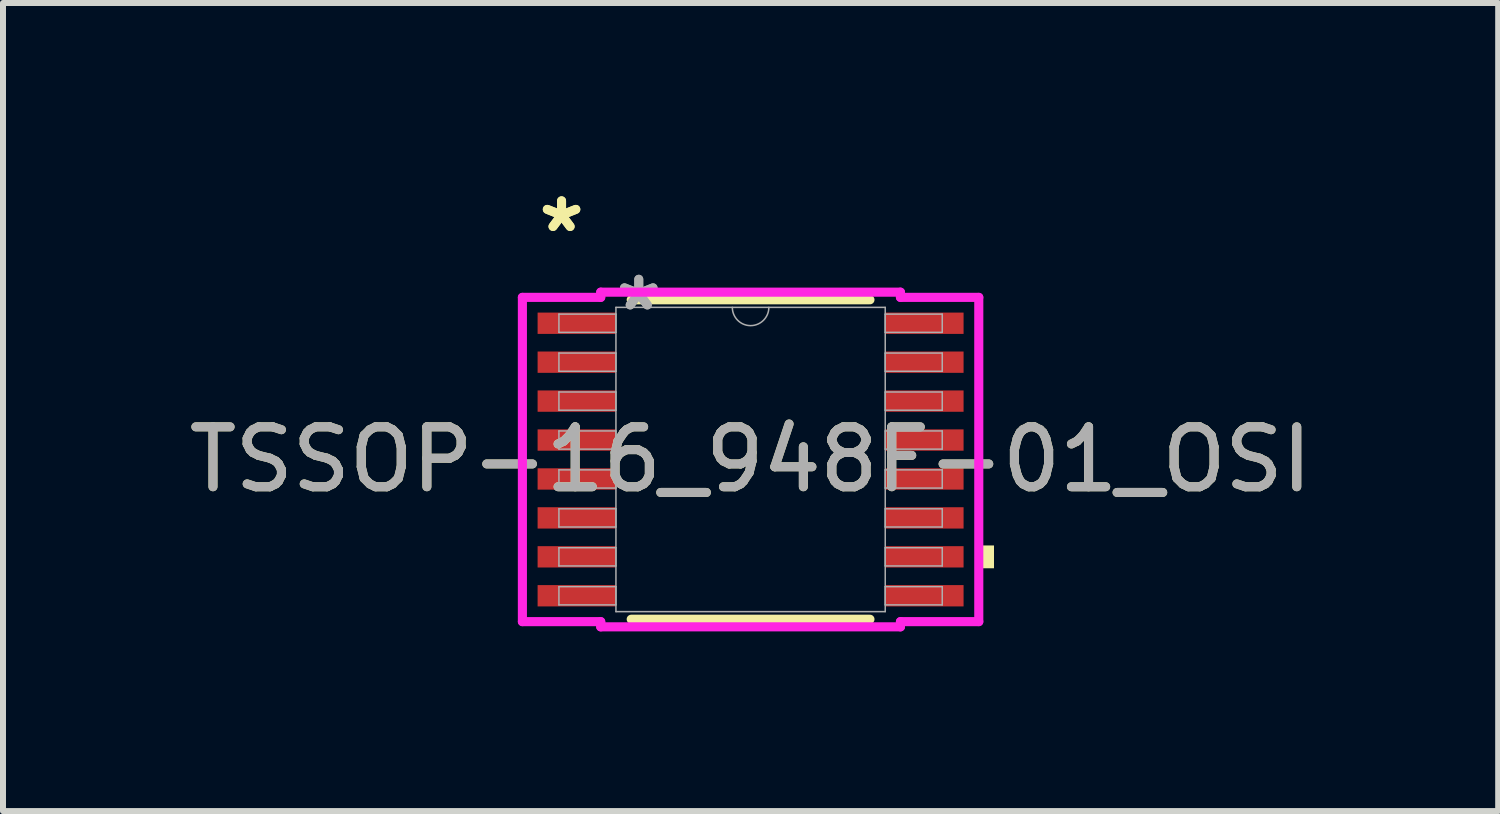
<source format=kicad_pcb>
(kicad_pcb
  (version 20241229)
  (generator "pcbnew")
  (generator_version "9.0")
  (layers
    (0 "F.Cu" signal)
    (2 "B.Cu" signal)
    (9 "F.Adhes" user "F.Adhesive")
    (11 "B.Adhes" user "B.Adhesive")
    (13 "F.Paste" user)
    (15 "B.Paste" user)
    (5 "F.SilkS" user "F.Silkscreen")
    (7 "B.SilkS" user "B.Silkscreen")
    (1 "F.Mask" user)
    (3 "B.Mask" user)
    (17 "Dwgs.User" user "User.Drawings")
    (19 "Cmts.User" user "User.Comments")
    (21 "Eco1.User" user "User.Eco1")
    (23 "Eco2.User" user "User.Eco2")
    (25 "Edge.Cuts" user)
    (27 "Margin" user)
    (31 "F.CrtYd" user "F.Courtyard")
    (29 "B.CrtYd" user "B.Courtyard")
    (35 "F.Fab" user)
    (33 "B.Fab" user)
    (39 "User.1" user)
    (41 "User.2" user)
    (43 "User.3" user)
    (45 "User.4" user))
  (footprint "TSSOP-16_948F-01_OSI"
    (layer "F.Cu")
    (at 9.482 4.622)
    (property "Reference" "TSSOP-16_948F-01_OSI" (at 0 0 0) (unlocked yes) (layer "F.SilkS") (effects (font (size 1 1) (thickness 0.15))))
    (attr smd)
    (fp_line (start -1.993 2.667) (end 1.993 2.667) (stroke (width 0.152) (type solid)) (layer "F.SilkS"))
    (fp_line (start 1.993 -2.667) (end -1.993 -2.667) (stroke (width 0.152) (type solid)) (layer "F.SilkS"))
    (fp_poly (pts (xy 4.064 1.435) (xy 4.064 1.816) (xy 3.81 1.816) (xy 3.81 1.435)) (stroke (width 0) (type solid)) (fill yes) (layer "F.SilkS"))
    (fp_line (start -3.81 -2.707) (end -2.502 -2.707) (stroke (width 0.152) (type solid)) (layer "F.CrtYd"))
    (fp_line (start -3.81 2.707) (end -3.81 -2.707) (stroke (width 0.152) (type solid)) (layer "F.CrtYd"))
    (fp_line (start -3.81 2.707) (end -2.502 2.707) (stroke (width 0.152) (type solid)) (layer "F.CrtYd"))
    (fp_line (start -2.502 -2.794) (end 2.502 -2.794) (stroke (width 0.152) (type solid)) (layer "F.CrtYd"))
    (fp_line (start -2.502 -2.707) (end -2.502 -2.794) (stroke (width 0.152) (type solid)) (layer "F.CrtYd"))
    (fp_line (start -2.502 2.794) (end -2.502 2.707) (stroke (width 0.152) (type solid)) (layer "F.CrtYd"))
    (fp_line (start 2.502 -2.794) (end 2.502 -2.707) (stroke (width 0.152) (type solid)) (layer "F.CrtYd"))
    (fp_line (start 2.502 2.707) (end 2.502 2.794) (stroke (width 0.152) (type solid)) (layer "F.CrtYd"))
    (fp_line (start 2.502 2.794) (end -2.502 2.794) (stroke (width 0.152) (type solid)) (layer "F.CrtYd"))
    (fp_line (start 3.81 -2.707) (end 2.502 -2.707) (stroke (width 0.152) (type solid)) (layer "F.CrtYd"))
    (fp_line (start 3.81 -2.707) (end 3.81 2.707) (stroke (width 0.152) (type solid)) (layer "F.CrtYd"))
    (fp_line (start 3.81 2.707) (end 2.502 2.707) (stroke (width 0.152) (type solid)) (layer "F.CrtYd"))
    (fp_line (start -3.2 -2.427) (end -3.2 -2.123) (stroke (width 0.025) (type solid)) (layer "F.Fab"))
    (fp_line (start -3.2 -2.123) (end -2.248 -2.123) (stroke (width 0.025) (type solid)) (layer "F.Fab"))
    (fp_line (start -3.2 -1.777) (end -3.2 -1.473) (stroke (width 0.025) (type solid)) (layer "F.Fab"))
    (fp_line (start -3.2 -1.473) (end -2.248 -1.473) (stroke (width 0.025) (type solid)) (layer "F.Fab"))
    (fp_line (start -3.2 -1.127) (end -3.2 -0.823) (stroke (width 0.025) (type solid)) (layer "F.Fab"))
    (fp_line (start -3.2 -0.823) (end -2.248 -0.823) (stroke (width 0.025) (type solid)) (layer "F.Fab"))
    (fp_line (start -3.2 -0.477) (end -3.2 -0.173) (stroke (width 0.025) (type solid)) (layer "F.Fab"))
    (fp_line (start -3.2 -0.173) (end -2.248 -0.173) (stroke (width 0.025) (type solid)) (layer "F.Fab"))
    (fp_line (start -3.2 0.173) (end -3.2 0.477) (stroke (width 0.025) (type solid)) (layer "F.Fab"))
    (fp_line (start -3.2 0.477) (end -2.248 0.477) (stroke (width 0.025) (type solid)) (layer "F.Fab"))
    (fp_line (start -3.2 0.823) (end -3.2 1.127) (stroke (width 0.025) (type solid)) (layer "F.Fab"))
    (fp_line (start -3.2 1.127) (end -2.248 1.127) (stroke (width 0.025) (type solid)) (layer "F.Fab"))
    (fp_line (start -3.2 1.473) (end -3.2 1.777) (stroke (width 0.025) (type solid)) (layer "F.Fab"))
    (fp_line (start -3.2 1.777) (end -2.248 1.777) (stroke (width 0.025) (type solid)) (layer "F.Fab"))
    (fp_line (start -3.2 2.123) (end -3.2 2.427) (stroke (width 0.025) (type solid)) (layer "F.Fab"))
    (fp_line (start -3.2 2.427) (end -2.248 2.427) (stroke (width 0.025) (type solid)) (layer "F.Fab"))
    (fp_line (start -2.248 -2.54) (end -2.248 2.54) (stroke (width 0.025) (type solid)) (layer "F.Fab"))
    (fp_line (start -2.248 -2.427) (end -3.2 -2.427) (stroke (width 0.025) (type solid)) (layer "F.Fab"))
    (fp_line (start -2.248 -2.123) (end -2.248 -2.427) (stroke (width 0.025) (type solid)) (layer "F.Fab"))
    (fp_line (start -2.248 -1.777) (end -3.2 -1.777) (stroke (width 0.025) (type solid)) (layer "F.Fab"))
    (fp_line (start -2.248 -1.473) (end -2.248 -1.777) (stroke (width 0.025) (type solid)) (layer "F.Fab"))
    (fp_line (start -2.248 -1.127) (end -3.2 -1.127) (stroke (width 0.025) (type solid)) (layer "F.Fab"))
    (fp_line (start -2.248 -0.823) (end -2.248 -1.127) (stroke (width 0.025) (type solid)) (layer "F.Fab"))
    (fp_line (start -2.248 -0.477) (end -3.2 -0.477) (stroke (width 0.025) (type solid)) (layer "F.Fab"))
    (fp_line (start -2.248 -0.173) (end -2.248 -0.477) (stroke (width 0.025) (type solid)) (layer "F.Fab"))
    (fp_line (start -2.248 0.173) (end -3.2 0.173) (stroke (width 0.025) (type solid)) (layer "F.Fab"))
    (fp_line (start -2.248 0.477) (end -2.248 0.173) (stroke (width 0.025) (type solid)) (layer "F.Fab"))
    (fp_line (start -2.248 0.823) (end -3.2 0.823) (stroke (width 0.025) (type solid)) (layer "F.Fab"))
    (fp_line (start -2.248 1.127) (end -2.248 0.823) (stroke (width 0.025) (type solid)) (layer "F.Fab"))
    (fp_line (start -2.248 1.473) (end -3.2 1.473) (stroke (width 0.025) (type solid)) (layer "F.Fab"))
    (fp_line (start -2.248 1.777) (end -2.248 1.473) (stroke (width 0.025) (type solid)) (layer "F.Fab"))
    (fp_line (start -2.248 2.123) (end -3.2 2.123) (stroke (width 0.025) (type solid)) (layer "F.Fab"))
    (fp_line (start -2.248 2.427) (end -2.248 2.123) (stroke (width 0.025) (type solid)) (layer "F.Fab"))
    (fp_line (start -2.248 2.54) (end 2.248 2.54) (stroke (width 0.025) (type solid)) (layer "F.Fab"))
    (fp_line (start 2.248 -2.54) (end -2.248 -2.54) (stroke (width 0.025) (type solid)) (layer "F.Fab"))
    (fp_line (start 2.248 -2.427) (end 2.248 -2.123) (stroke (width 0.025) (type solid)) (layer "F.Fab"))
    (fp_line (start 2.248 -2.123) (end 3.2 -2.123) (stroke (width 0.025) (type solid)) (layer "F.Fab"))
    (fp_line (start 2.248 -1.777) (end 2.248 -1.473) (stroke (width 0.025) (type solid)) (layer "F.Fab"))
    (fp_line (start 2.248 -1.473) (end 3.2 -1.473) (stroke (width 0.025) (type solid)) (layer "F.Fab"))
    (fp_line (start 2.248 -1.127) (end 2.248 -0.823) (stroke (width 0.025) (type solid)) (layer "F.Fab"))
    (fp_line (start 2.248 -0.823) (end 3.2 -0.823) (stroke (width 0.025) (type solid)) (layer "F.Fab"))
    (fp_line (start 2.248 -0.477) (end 2.248 -0.173) (stroke (width 0.025) (type solid)) (layer "F.Fab"))
    (fp_line (start 2.248 -0.173) (end 3.2 -0.173) (stroke (width 0.025) (type solid)) (layer "F.Fab"))
    (fp_line (start 2.248 0.173) (end 2.248 0.477) (stroke (width 0.025) (type solid)) (layer "F.Fab"))
    (fp_line (start 2.248 0.477) (end 3.2 0.477) (stroke (width 0.025) (type solid)) (layer "F.Fab"))
    (fp_line (start 2.248 0.823) (end 2.248 1.127) (stroke (width 0.025) (type solid)) (layer "F.Fab"))
    (fp_line (start 2.248 1.127) (end 3.2 1.127) (stroke (width 0.025) (type solid)) (layer "F.Fab"))
    (fp_line (start 2.248 1.473) (end 2.248 1.777) (stroke (width 0.025) (type solid)) (layer "F.Fab"))
    (fp_line (start 2.248 1.777) (end 3.2 1.777) (stroke (width 0.025) (type solid)) (layer "F.Fab"))
    (fp_line (start 2.248 2.123) (end 2.248 2.427) (stroke (width 0.025) (type solid)) (layer "F.Fab"))
    (fp_line (start 2.248 2.427) (end 3.2 2.427) (stroke (width 0.025) (type solid)) (layer "F.Fab"))
    (fp_line (start 2.248 2.54) (end 2.248 -2.54) (stroke (width 0.025) (type solid)) (layer "F.Fab"))
    (fp_line (start 3.2 -2.427) (end 2.248 -2.427) (stroke (width 0.025) (type solid)) (layer "F.Fab"))
    (fp_line (start 3.2 -2.123) (end 3.2 -2.427) (stroke (width 0.025) (type solid)) (layer "F.Fab"))
    (fp_line (start 3.2 -1.777) (end 2.248 -1.777) (stroke (width 0.025) (type solid)) (layer "F.Fab"))
    (fp_line (start 3.2 -1.473) (end 3.2 -1.777) (stroke (width 0.025) (type solid)) (layer "F.Fab"))
    (fp_line (start 3.2 -1.127) (end 2.248 -1.127) (stroke (width 0.025) (type solid)) (layer "F.Fab"))
    (fp_line (start 3.2 -0.823) (end 3.2 -1.127) (stroke (width 0.025) (type solid)) (layer "F.Fab"))
    (fp_line (start 3.2 -0.477) (end 2.248 -0.477) (stroke (width 0.025) (type solid)) (layer "F.Fab"))
    (fp_line (start 3.2 -0.173) (end 3.2 -0.477) (stroke (width 0.025) (type solid)) (layer "F.Fab"))
    (fp_line (start 3.2 0.173) (end 2.248 0.173) (stroke (width 0.025) (type solid)) (layer "F.Fab"))
    (fp_line (start 3.2 0.477) (end 3.2 0.173) (stroke (width 0.025) (type solid)) (layer "F.Fab"))
    (fp_line (start 3.2 0.823) (end 2.248 0.823) (stroke (width 0.025) (type solid)) (layer "F.Fab"))
    (fp_line (start 3.2 1.127) (end 3.2 0.823) (stroke (width 0.025) (type solid)) (layer "F.Fab"))
    (fp_line (start 3.2 1.473) (end 2.248 1.473) (stroke (width 0.025) (type solid)) (layer "F.Fab"))
    (fp_line (start 3.2 1.777) (end 3.2 1.473) (stroke (width 0.025) (type solid)) (layer "F.Fab"))
    (fp_line (start 3.2 2.123) (end 2.248 2.123) (stroke (width 0.025) (type solid)) (layer "F.Fab"))
    (fp_line (start 3.2 2.427) (end 3.2 2.123) (stroke (width 0.025) (type solid)) (layer "F.Fab"))
    (fp_arc (start 0.3048 -2.54) (mid 0 -2.2352) (end -0.3048 -2.54) (stroke (width 0.0254) (type solid)) (layer "F.Fab"))
    (fp_text user "*" (at -3.156 -3.774 0) (unlocked yes) (layer "F.SilkS") (effects (font (size 1 1) (thickness 0.15))))
    (fp_text user "*" (at -3.156 -3.774 0) (layer "F.SilkS") (effects (font (size 1 1) (thickness 0.15))))
    (fp_text user "${REFERENCE}" (at 0 0 0) (unlocked yes) (layer "F.Fab") (effects (font (size 1 1) (thickness 0.15))))
    (fp_text user "*" (at -1.867 -2.464 0) (unlocked yes) (layer "F.Fab") (effects (font (size 1 1) (thickness 0.15))))
    (fp_text user "*" (at -1.867 -2.464 0) (layer "F.Fab") (effects (font (size 1 1) (thickness 0.15))))
    (pad "1" smd rect (at -2.902 -2.275) (size 1.308 0.356) (layers "F.Cu" "F.Mask" "F.Paste"))
    (pad "2" smd rect (at -2.902 -1.625) (size 1.308 0.356) (layers "F.Cu" "F.Mask" "F.Paste"))
    (pad "3" smd rect (at -2.902 -0.975) (size 1.308 0.356) (layers "F.Cu" "F.Mask" "F.Paste"))
    (pad "4" smd rect (at -2.902 -0.325) (size 1.308 0.356) (layers "F.Cu" "F.Mask" "F.Paste"))
    (pad "5" smd rect (at -2.902 0.325) (size 1.308 0.356) (layers "F.Cu" "F.Mask" "F.Paste"))
    (pad "6" smd rect (at -2.902 0.975) (size 1.308 0.356) (layers "F.Cu" "F.Mask" "F.Paste"))
    (pad "7" smd rect (at -2.902 1.625) (size 1.308 0.356) (layers "F.Cu" "F.Mask" "F.Paste"))
    (pad "8" smd rect (at -2.902 2.275) (size 1.308 0.356) (layers "F.Cu" "F.Mask" "F.Paste"))
    (pad "9" smd rect (at 2.902 2.275) (size 1.308 0.356) (layers "F.Cu" "F.Mask" "F.Paste"))
    (pad "10" smd rect (at 2.902 1.625) (size 1.308 0.356) (layers "F.Cu" "F.Mask" "F.Paste"))
    (pad "11" smd rect (at 2.902 0.975) (size 1.308 0.356) (layers "F.Cu" "F.Mask" "F.Paste"))
    (pad "12" smd rect (at 2.902 0.325) (size 1.308 0.356) (layers "F.Cu" "F.Mask" "F.Paste"))
    (pad "13" smd rect (at 2.902 -0.325) (size 1.308 0.356) (layers "F.Cu" "F.Mask" "F.Paste"))
    (pad "14" smd rect (at 2.902 -0.975) (size 1.308 0.356) (layers "F.Cu" "F.Mask" "F.Paste"))
    (pad "15" smd rect (at 2.902 -1.625) (size 1.308 0.356) (layers "F.Cu" "F.Mask" "F.Paste"))
    (pad "16" smd rect (at 2.902 -2.275) (size 1.308 0.356) (layers "F.Cu" "F.Mask" "F.Paste")))
  (gr_rect
    (start -3 -3)
    (end 21.964 10.492)
    (stroke (width 0.1) (type default))
    (fill no)
    (layer "Edge.Cuts")))
</source>
